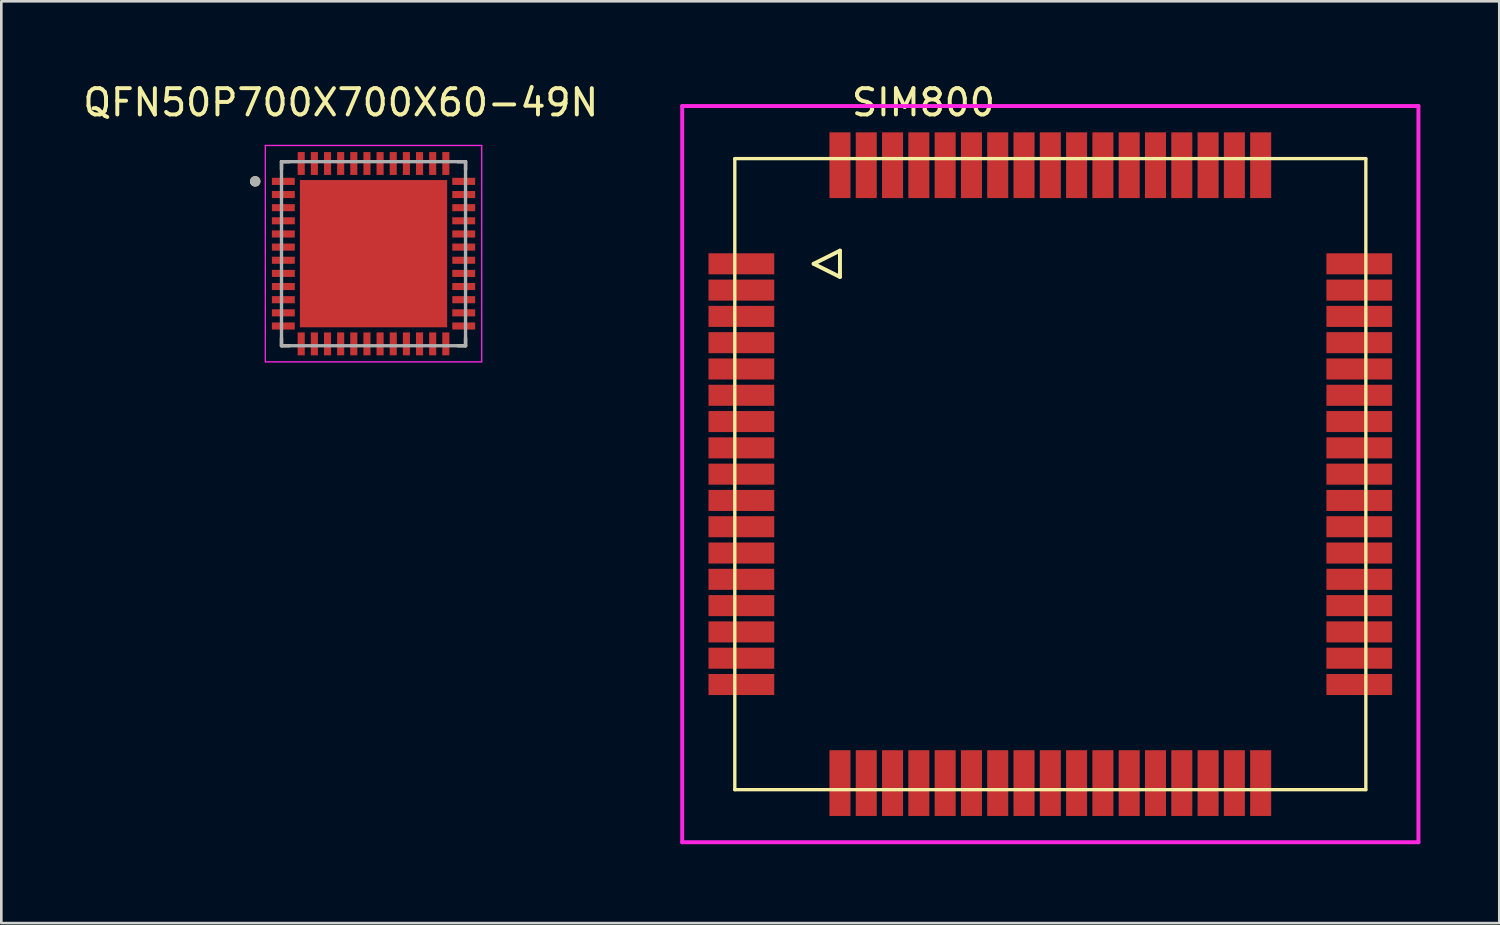
<source format=kicad_pcb>
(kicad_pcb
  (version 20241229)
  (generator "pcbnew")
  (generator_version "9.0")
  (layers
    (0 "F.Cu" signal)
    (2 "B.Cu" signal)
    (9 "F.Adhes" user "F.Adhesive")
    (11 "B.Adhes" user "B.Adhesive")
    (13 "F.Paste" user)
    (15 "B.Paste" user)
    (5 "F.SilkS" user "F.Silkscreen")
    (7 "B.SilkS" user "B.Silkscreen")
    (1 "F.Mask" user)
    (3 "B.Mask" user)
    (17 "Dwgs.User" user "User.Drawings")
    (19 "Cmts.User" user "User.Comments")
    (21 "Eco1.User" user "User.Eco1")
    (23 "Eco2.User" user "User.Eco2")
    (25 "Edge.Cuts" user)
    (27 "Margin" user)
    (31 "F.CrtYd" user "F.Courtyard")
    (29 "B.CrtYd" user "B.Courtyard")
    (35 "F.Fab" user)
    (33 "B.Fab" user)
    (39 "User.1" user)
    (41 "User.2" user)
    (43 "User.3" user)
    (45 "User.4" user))
  (footprint "SIM800"
    (layer "F.Cu")
    (at 36.896 14.983)
    (property "Reference" "SIM800" (at -4.825 -14.135 0) (layer "F.SilkS") (effects (font (size 1 1) (thickness 0.15))))
    (attr through_hole)
    (fp_line (start -12 -12) (end -12 12) (stroke (width 0.127) (type solid)) (layer "F.SilkS"))
    (fp_line (start -12 12) (end 12 12) (stroke (width 0.127) (type solid)) (layer "F.SilkS"))
    (fp_line (start -9 -8) (end -8 -8.5) (stroke (width 0.15) (type solid)) (layer "F.SilkS"))
    (fp_line (start -8 -8.5) (end -8 -7.5) (stroke (width 0.15) (type solid)) (layer "F.SilkS"))
    (fp_line (start -8 -7.5) (end -9 -8) (stroke (width 0.15) (type solid)) (layer "F.SilkS"))
    (fp_line (start 12 -12) (end -12 -12) (stroke (width 0.127) (type solid)) (layer "F.SilkS"))
    (fp_line (start 12 12) (end 12 -12) (stroke (width 0.127) (type solid)) (layer "F.SilkS"))
    (fp_line (start -14 -14) (end 14 -14) (stroke (width 0.15) (type solid)) (layer "F.CrtYd"))
    (fp_line (start -14 14) (end -14 -14) (stroke (width 0.15) (type solid)) (layer "F.CrtYd"))
    (fp_line (start 14 -14) (end 14 14) (stroke (width 0.15) (type solid)) (layer "F.CrtYd"))
    (fp_line (start 14 14) (end -14 14) (stroke (width 0.15) (type solid)) (layer "F.CrtYd"))
    (pad "1" smd rect (at -11.75 -8) (size 2.5 0.8) (layers "F.Cu" "F.Mask" "F.Paste"))
    (pad "2" smd rect (at -11.75 -7) (size 2.5 0.8) (layers "F.Cu" "F.Mask" "F.Paste"))
    (pad "3" smd rect (at -11.75 -6) (size 2.5 0.8) (layers "F.Cu" "F.Mask" "F.Paste"))
    (pad "4" smd rect (at -11.75 -5) (size 2.5 0.8) (layers "F.Cu" "F.Mask" "F.Paste"))
    (pad "5" smd rect (at -11.75 -4) (size 2.5 0.8) (layers "F.Cu" "F.Mask" "F.Paste"))
    (pad "6" smd rect (at -11.75 -3) (size 2.5 0.8) (layers "F.Cu" "F.Mask" "F.Paste"))
    (pad "7" smd rect (at -11.75 -2) (size 2.5 0.8) (layers "F.Cu" "F.Mask" "F.Paste"))
    (pad "8" smd rect (at -11.75 -1) (size 2.5 0.8) (layers "F.Cu" "F.Mask" "F.Paste"))
    (pad "9" smd rect (at -11.75 0) (size 2.5 0.8) (layers "F.Cu" "F.Mask" "F.Paste"))
    (pad "10" smd rect (at -11.75 1) (size 2.5 0.8) (layers "F.Cu" "F.Mask" "F.Paste"))
    (pad "11" smd rect (at -11.75 2) (size 2.5 0.8) (layers "F.Cu" "F.Mask" "F.Paste"))
    (pad "12" smd rect (at -11.75 3) (size 2.5 0.8) (layers "F.Cu" "F.Mask" "F.Paste"))
    (pad "13" smd rect (at -11.75 4) (size 2.5 0.8) (layers "F.Cu" "F.Mask" "F.Paste"))
    (pad "14" smd rect (at -11.75 5) (size 2.5 0.8) (layers "F.Cu" "F.Mask" "F.Paste"))
    (pad "15" smd rect (at -11.75 6) (size 2.5 0.8) (layers "F.Cu" "F.Mask" "F.Paste"))
    (pad "16" smd rect (at -11.75 7) (size 2.5 0.8) (layers "F.Cu" "F.Mask" "F.Paste"))
    (pad "17" smd rect (at -11.75 8) (size 2.5 0.8) (layers "F.Cu" "F.Mask" "F.Paste"))
    (pad "18" smd rect (at -8 11.75) (size 0.8 2.5) (layers "F.Cu" "F.Mask" "F.Paste"))
    (pad "19" smd rect (at -7 11.75) (size 0.8 2.5) (layers "F.Cu" "F.Mask" "F.Paste"))
    (pad "20" smd rect (at -6 11.75) (size 0.8 2.5) (layers "F.Cu" "F.Mask" "F.Paste"))
    (pad "21" smd rect (at -5 11.75) (size 0.8 2.5) (layers "F.Cu" "F.Mask" "F.Paste"))
    (pad "22" smd rect (at -4 11.75) (size 0.8 2.5) (layers "F.Cu" "F.Mask" "F.Paste"))
    (pad "23" smd rect (at -3 11.75) (size 0.8 2.5) (layers "F.Cu" "F.Mask" "F.Paste"))
    (pad "24" smd rect (at -2 11.75) (size 0.8 2.5) (layers "F.Cu" "F.Mask" "F.Paste"))
    (pad "25" smd rect (at -1 11.75) (size 0.8 2.5) (layers "F.Cu" "F.Mask" "F.Paste"))
    (pad "26" smd rect (at 0 11.75) (size 0.8 2.5) (layers "F.Cu" "F.Mask" "F.Paste"))
    (pad "27" smd rect (at 1 11.75) (size 0.8 2.5) (layers "F.Cu" "F.Mask" "F.Paste"))
    (pad "28" smd rect (at 2 11.75) (size 0.8 2.5) (layers "F.Cu" "F.Mask" "F.Paste"))
    (pad "29" smd rect (at 3 11.75) (size 0.8 2.5) (layers "F.Cu" "F.Mask" "F.Paste"))
    (pad "30" smd rect (at 4 11.75) (size 0.8 2.5) (layers "F.Cu" "F.Mask" "F.Paste"))
    (pad "31" smd rect (at 5 11.75) (size 0.8 2.5) (layers "F.Cu" "F.Mask" "F.Paste"))
    (pad "32" smd rect (at 6 11.75) (size 0.8 2.5) (layers "F.Cu" "F.Mask" "F.Paste"))
    (pad "33" smd rect (at 7 11.75) (size 0.8 2.5) (layers "F.Cu" "F.Mask" "F.Paste"))
    (pad "34" smd rect (at 8 11.75) (size 0.8 2.5) (layers "F.Cu" "F.Mask" "F.Paste"))
    (pad "35" smd rect (at 11.75 8) (size 2.5 0.8) (layers "F.Cu" "F.Mask" "F.Paste"))
    (pad "36" smd rect (at 11.75 7) (size 2.5 0.8) (layers "F.Cu" "F.Mask" "F.Paste"))
    (pad "37" smd rect (at 11.75 6) (size 2.5 0.8) (layers "F.Cu" "F.Mask" "F.Paste"))
    (pad "38" smd rect (at 11.75 5) (size 2.5 0.8) (layers "F.Cu" "F.Mask" "F.Paste"))
    (pad "39" smd rect (at 11.75 4) (size 2.5 0.8) (layers "F.Cu" "F.Mask" "F.Paste"))
    (pad "40" smd rect (at 11.75 3) (size 2.5 0.8) (layers "F.Cu" "F.Mask" "F.Paste"))
    (pad "41" smd rect (at 11.75 2) (size 2.5 0.8) (layers "F.Cu" "F.Mask" "F.Paste"))
    (pad "42" smd rect (at 11.75 1) (size 2.5 0.8) (layers "F.Cu" "F.Mask" "F.Paste"))
    (pad "43" smd rect (at 11.75 0) (size 2.5 0.8) (layers "F.Cu" "F.Mask" "F.Paste"))
    (pad "44" smd rect (at 11.75 -1) (size 2.5 0.8) (layers "F.Cu" "F.Mask" "F.Paste"))
    (pad "45" smd rect (at 11.75 -2) (size 2.5 0.8) (layers "F.Cu" "F.Mask" "F.Paste"))
    (pad "46" smd rect (at 11.75 -3) (size 2.5 0.8) (layers "F.Cu" "F.Mask" "F.Paste"))
    (pad "47" smd rect (at 11.75 -4) (size 2.5 0.8) (layers "F.Cu" "F.Mask" "F.Paste"))
    (pad "48" smd rect (at 11.75 -5) (size 2.5 0.8) (layers "F.Cu" "F.Mask" "F.Paste"))
    (pad "49" smd rect (at 11.75 -6) (size 2.5 0.8) (layers "F.Cu" "F.Mask" "F.Paste"))
    (pad "50" smd rect (at 11.75 -7) (size 2.5 0.8) (layers "F.Cu" "F.Mask" "F.Paste"))
    (pad "51" smd rect (at 11.75 -8) (size 2.5 0.8) (layers "F.Cu" "F.Mask" "F.Paste"))
    (pad "52" smd rect (at 8 -11.75) (size 0.8 2.5) (layers "F.Cu" "F.Mask" "F.Paste"))
    (pad "53" smd rect (at 7 -11.75) (size 0.8 2.5) (layers "F.Cu" "F.Mask" "F.Paste"))
    (pad "54" smd rect (at 6 -11.75) (size 0.8 2.5) (layers "F.Cu" "F.Mask" "F.Paste"))
    (pad "55" smd rect (at 5 -11.75) (size 0.8 2.5) (layers "F.Cu" "F.Mask" "F.Paste"))
    (pad "56" smd rect (at 4 -11.75) (size 0.8 2.5) (layers "F.Cu" "F.Mask" "F.Paste"))
    (pad "57" smd rect (at 3 -11.75) (size 0.8 2.5) (layers "F.Cu" "F.Mask" "F.Paste"))
    (pad "58" smd rect (at 2 -11.75) (size 0.8 2.5) (layers "F.Cu" "F.Mask" "F.Paste"))
    (pad "59" smd rect (at 1 -11.75) (size 0.8 2.5) (layers "F.Cu" "F.Mask" "F.Paste"))
    (pad "60" smd rect (at 0 -11.75) (size 0.8 2.5) (layers "F.Cu" "F.Mask" "F.Paste"))
    (pad "61" smd rect (at -1 -11.75) (size 0.8 2.5) (layers "F.Cu" "F.Mask" "F.Paste"))
    (pad "62" smd rect (at -2 -11.75) (size 0.8 2.5) (layers "F.Cu" "F.Mask" "F.Paste"))
    (pad "63" smd rect (at -3 -11.75) (size 0.8 2.5) (layers "F.Cu" "F.Mask" "F.Paste"))
    (pad "64" smd rect (at -4 -11.75) (size 0.8 2.5) (layers "F.Cu" "F.Mask" "F.Paste"))
    (pad "65" smd rect (at -5 -11.75) (size 0.8 2.5) (layers "F.Cu" "F.Mask" "F.Paste"))
    (pad "66" smd rect (at -6 -11.75) (size 0.8 2.5) (layers "F.Cu" "F.Mask" "F.Paste"))
    (pad "67" smd rect (at -7 -11.75) (size 0.8 2.5) (layers "F.Cu" "F.Mask" "F.Paste"))
    (pad "68" smd rect (at -8 -11.75) (size 0.8 2.5) (layers "F.Cu" "F.Mask" "F.Paste")))
  (footprint "QFN50P700X700X60-49N"
    (layer "F.Cu")
    (at 11.156 6.598)
    (property "Reference" "QFN50P700X700X60-49N" (at -1.245 -5.75 0) (layer "F.SilkS") (effects (font (size 1 1) (thickness 0.15))))
    (attr through_hole)
    (fp_line (start -3.5 -3.5) (end -3.5 -3.205) (stroke (width 0.127) (type solid)) (layer "F.SilkS"))
    (fp_line (start -3.5 -3.5) (end -3.205 -3.5) (stroke (width 0.127) (type solid)) (layer "F.SilkS"))
    (fp_line (start -3.5 3.5) (end -3.5 3.205) (stroke (width 0.127) (type solid)) (layer "F.SilkS"))
    (fp_line (start -3.5 3.5) (end -3.205 3.5) (stroke (width 0.127) (type solid)) (layer "F.SilkS"))
    (fp_line (start 3.5 -3.5) (end 3.205 -3.5) (stroke (width 0.127) (type solid)) (layer "F.SilkS"))
    (fp_line (start 3.5 -3.5) (end 3.5 -3.205) (stroke (width 0.127) (type solid)) (layer "F.SilkS"))
    (fp_line (start 3.5 3.5) (end 3.205 3.5) (stroke (width 0.127) (type solid)) (layer "F.SilkS"))
    (fp_line (start 3.5 3.5) (end 3.5 3.205) (stroke (width 0.127) (type solid)) (layer "F.SilkS"))
    (fp_circle (center -4.5 -2.75) (end -4.4 -2.75) (stroke (width 0.2) (type solid)) (fill no) (layer "F.SilkS"))
    (fp_poly (pts (xy -2.29 -2.29) (xy -0.51 -2.29) (xy -0.51 -0.51) (xy -2.29 -0.51)) (stroke (width 0.01) (type solid)) (fill yes) (layer "F.Paste"))
    (fp_poly (pts (xy -2.29 0.51) (xy -0.51 0.51) (xy -0.51 2.29) (xy -2.29 2.29)) (stroke (width 0.01) (type solid)) (fill yes) (layer "F.Paste"))
    (fp_poly (pts (xy 0.51 -2.29) (xy 2.29 -2.29) (xy 2.29 -0.51) (xy 0.51 -0.51)) (stroke (width 0.01) (type solid)) (fill yes) (layer "F.Paste"))
    (fp_poly (pts (xy 0.51 0.51) (xy 2.29 0.51) (xy 2.29 2.29) (xy 0.51 2.29)) (stroke (width 0.01) (type solid)) (fill yes) (layer "F.Paste"))
    (fp_line (start -4.115 -4.115) (end 4.115 -4.115) (stroke (width 0.05) (type solid)) (layer "F.CrtYd"))
    (fp_line (start -4.115 4.115) (end -4.115 -4.115) (stroke (width 0.05) (type solid)) (layer "F.CrtYd"))
    (fp_line (start -4.115 4.115) (end 4.115 4.115) (stroke (width 0.05) (type solid)) (layer "F.CrtYd"))
    (fp_line (start 4.115 4.115) (end 4.115 -4.115) (stroke (width 0.05) (type solid)) (layer "F.CrtYd"))
    (fp_line (start -3.5 3.5) (end -3.5 -3.5) (stroke (width 0.127) (type solid)) (layer "F.Fab"))
    (fp_line (start 3.5 -3.5) (end -3.5 -3.5) (stroke (width 0.127) (type solid)) (layer "F.Fab"))
    (fp_line (start 3.5 3.5) (end -3.5 3.5) (stroke (width 0.127) (type solid)) (layer "F.Fab"))
    (fp_line (start 3.5 3.5) (end 3.5 -3.5) (stroke (width 0.127) (type solid)) (layer "F.Fab"))
    (fp_circle (center -4.5 -2.75) (end -4.4 -2.75) (stroke (width 0.2) (type solid)) (fill no) (layer "F.Fab"))
    (pad "1" smd roundrect (at -3.43 -2.75) (size 0.87 0.27) (layers "F.Cu" "F.Mask" "F.Paste") (roundrect_rratio 0.03))
    (pad "2" smd roundrect (at -3.43 -2.25) (size 0.87 0.27) (layers "F.Cu" "F.Mask" "F.Paste") (roundrect_rratio 0.03))
    (pad "3" smd roundrect (at -3.43 -1.75) (size 0.87 0.27) (layers "F.Cu" "F.Mask" "F.Paste") (roundrect_rratio 0.03))
    (pad "4" smd roundrect (at -3.43 -1.25) (size 0.87 0.27) (layers "F.Cu" "F.Mask" "F.Paste") (roundrect_rratio 0.03))
    (pad "5" smd roundrect (at -3.43 -0.75) (size 0.87 0.27) (layers "F.Cu" "F.Mask" "F.Paste") (roundrect_rratio 0.03))
    (pad "6" smd roundrect (at -3.43 -0.25) (size 0.87 0.27) (layers "F.Cu" "F.Mask" "F.Paste") (roundrect_rratio 0.03))
    (pad "7" smd roundrect (at -3.43 0.25) (size 0.87 0.27) (layers "F.Cu" "F.Mask" "F.Paste") (roundrect_rratio 0.03))
    (pad "8" smd roundrect (at -3.43 0.75) (size 0.87 0.27) (layers "F.Cu" "F.Mask" "F.Paste") (roundrect_rratio 0.03))
    (pad "9" smd roundrect (at -3.43 1.25) (size 0.87 0.27) (layers "F.Cu" "F.Mask" "F.Paste") (roundrect_rratio 0.03))
    (pad "10" smd roundrect (at -3.43 1.75) (size 0.87 0.27) (layers "F.Cu" "F.Mask" "F.Paste") (roundrect_rratio 0.03))
    (pad "11" smd roundrect (at -3.43 2.25) (size 0.87 0.27) (layers "F.Cu" "F.Mask" "F.Paste") (roundrect_rratio 0.03))
    (pad "12" smd roundrect (at -3.43 2.75) (size 0.87 0.27) (layers "F.Cu" "F.Mask" "F.Paste") (roundrect_rratio 0.03))
    (pad "13" smd roundrect (at -2.75 3.43) (size 0.27 0.87) (layers "F.Cu" "F.Mask" "F.Paste") (roundrect_rratio 0.03))
    (pad "14" smd roundrect (at -2.25 3.43) (size 0.27 0.87) (layers "F.Cu" "F.Mask" "F.Paste") (roundrect_rratio 0.03))
    (pad "15" smd roundrect (at -1.75 3.43) (size 0.27 0.87) (layers "F.Cu" "F.Mask" "F.Paste") (roundrect_rratio 0.03))
    (pad "16" smd roundrect (at -1.25 3.43) (size 0.27 0.87) (layers "F.Cu" "F.Mask" "F.Paste") (roundrect_rratio 0.03))
    (pad "17" smd roundrect (at -0.75 3.43) (size 0.27 0.87) (layers "F.Cu" "F.Mask" "F.Paste") (roundrect_rratio 0.03))
    (pad "18" smd roundrect (at -0.25 3.43) (size 0.27 0.87) (layers "F.Cu" "F.Mask" "F.Paste") (roundrect_rratio 0.03))
    (pad "19" smd roundrect (at 0.25 3.43) (size 0.27 0.87) (layers "F.Cu" "F.Mask" "F.Paste") (roundrect_rratio 0.03))
    (pad "20" smd roundrect (at 0.75 3.43) (size 0.27 0.87) (layers "F.Cu" "F.Mask" "F.Paste") (roundrect_rratio 0.03))
    (pad "21" smd roundrect (at 1.25 3.43) (size 0.27 0.87) (layers "F.Cu" "F.Mask" "F.Paste") (roundrect_rratio 0.03))
    (pad "22" smd roundrect (at 1.75 3.43) (size 0.27 0.87) (layers "F.Cu" "F.Mask" "F.Paste") (roundrect_rratio 0.03))
    (pad "23" smd roundrect (at 2.25 3.43) (size 0.27 0.87) (layers "F.Cu" "F.Mask" "F.Paste") (roundrect_rratio 0.03))
    (pad "24" smd roundrect (at 2.75 3.43) (size 0.27 0.87) (layers "F.Cu" "F.Mask" "F.Paste") (roundrect_rratio 0.03))
    (pad "25" smd roundrect (at 3.43 2.75) (size 0.87 0.27) (layers "F.Cu" "F.Mask" "F.Paste") (roundrect_rratio 0.03))
    (pad "26" smd roundrect (at 3.43 2.25) (size 0.87 0.27) (layers "F.Cu" "F.Mask" "F.Paste") (roundrect_rratio 0.03))
    (pad "27" smd roundrect (at 3.43 1.75) (size 0.87 0.27) (layers "F.Cu" "F.Mask" "F.Paste") (roundrect_rratio 0.03))
    (pad "28" smd roundrect (at 3.43 1.25) (size 0.87 0.27) (layers "F.Cu" "F.Mask" "F.Paste") (roundrect_rratio 0.03))
    (pad "29" smd roundrect (at 3.43 0.75) (size 0.87 0.27) (layers "F.Cu" "F.Mask" "F.Paste") (roundrect_rratio 0.03))
    (pad "30" smd roundrect (at 3.43 0.25) (size 0.87 0.27) (layers "F.Cu" "F.Mask" "F.Paste") (roundrect_rratio 0.03))
    (pad "31" smd roundrect (at 3.43 -0.25) (size 0.87 0.27) (layers "F.Cu" "F.Mask" "F.Paste") (roundrect_rratio 0.03))
    (pad "32" smd roundrect (at 3.43 -0.75) (size 0.87 0.27) (layers "F.Cu" "F.Mask" "F.Paste") (roundrect_rratio 0.03))
    (pad "33" smd roundrect (at 3.43 -1.25) (size 0.87 0.27) (layers "F.Cu" "F.Mask" "F.Paste") (roundrect_rratio 0.03))
    (pad "34" smd roundrect (at 3.43 -1.75) (size 0.87 0.27) (layers "F.Cu" "F.Mask" "F.Paste") (roundrect_rratio 0.03))
    (pad "35" smd roundrect (at 3.43 -2.25) (size 0.87 0.27) (layers "F.Cu" "F.Mask" "F.Paste") (roundrect_rratio 0.03))
    (pad "36" smd roundrect (at 3.43 -2.75) (size 0.87 0.27) (layers "F.Cu" "F.Mask" "F.Paste") (roundrect_rratio 0.03))
    (pad "37" smd roundrect (at 2.75 -3.43) (size 0.27 0.87) (layers "F.Cu" "F.Mask" "F.Paste") (roundrect_rratio 0.03))
    (pad "38" smd roundrect (at 2.25 -3.43) (size 0.27 0.87) (layers "F.Cu" "F.Mask" "F.Paste") (roundrect_rratio 0.03))
    (pad "39" smd roundrect (at 1.75 -3.43) (size 0.27 0.87) (layers "F.Cu" "F.Mask" "F.Paste") (roundrect_rratio 0.03))
    (pad "40" smd roundrect (at 1.25 -3.43) (size 0.27 0.87) (layers "F.Cu" "F.Mask" "F.Paste") (roundrect_rratio 0.03))
    (pad "41" smd roundrect (at 0.75 -3.43) (size 0.27 0.87) (layers "F.Cu" "F.Mask" "F.Paste") (roundrect_rratio 0.03))
    (pad "42" smd roundrect (at 0.25 -3.43) (size 0.27 0.87) (layers "F.Cu" "F.Mask" "F.Paste") (roundrect_rratio 0.03))
    (pad "43" smd roundrect (at -0.25 -3.43) (size 0.27 0.87) (layers "F.Cu" "F.Mask" "F.Paste") (roundrect_rratio 0.03))
    (pad "44" smd roundrect (at -0.75 -3.43) (size 0.27 0.87) (layers "F.Cu" "F.Mask" "F.Paste") (roundrect_rratio 0.03))
    (pad "45" smd roundrect (at -1.25 -3.43) (size 0.27 0.87) (layers "F.Cu" "F.Mask" "F.Paste") (roundrect_rratio 0.03))
    (pad "46" smd roundrect (at -1.75 -3.43) (size 0.27 0.87) (layers "F.Cu" "F.Mask" "F.Paste") (roundrect_rratio 0.03))
    (pad "47" smd roundrect (at -2.25 -3.43) (size 0.27 0.87) (layers "F.Cu" "F.Mask" "F.Paste") (roundrect_rratio 0.03))
    (pad "48" smd roundrect (at -2.75 -3.43) (size 0.27 0.87) (layers "F.Cu" "F.Mask" "F.Paste") (roundrect_rratio 0.03))
    (pad "49" smd rect (at 0 0) (size 5.6 5.6) (layers "F.Cu" "F.Mask")))
  (gr_rect
    (start -3 -3)
    (end 53.971 32.058)
    (stroke (width 0.1) (type default))
    (fill no)
    (layer "Edge.Cuts")))
</source>
